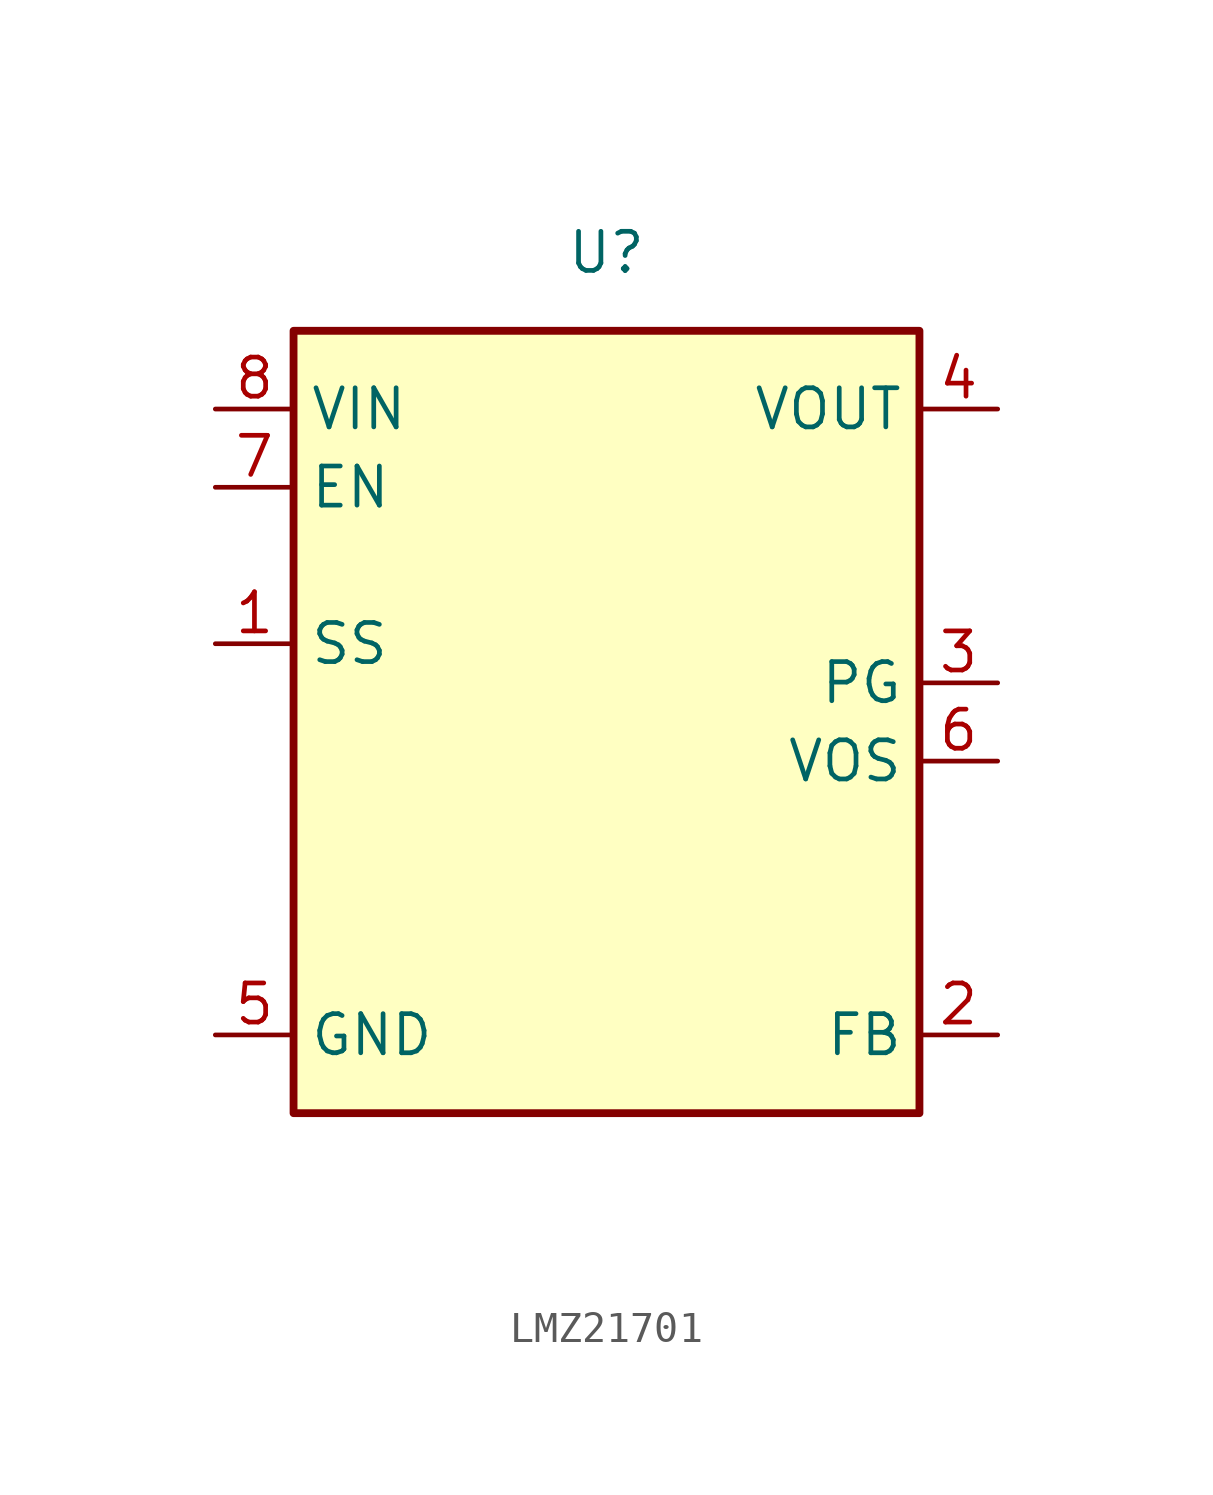
<source format=kicad_sym>
(kicad_symbol_lib
  (version 20220914)
  (generator kicad_symbol_editor)
  (symbol "LMZ21701"
    (property "Reference" "U"
      (at 0 12.7 0)
      (effects (font (size 1.27 1.27))))
    (property "Value" ""
      (at 0 0 0)
      (effects (font (size 1.27 1.27))))
    (symbol "LMZ21701_0_1"
      (rectangle (start -10.16 10.16) (end 10.16 -15.24) (stroke (width 0.254) (type default)) (fill (type background))))
    (symbol "LMZ21701_1_1"
      (pin input line (at -12.7 0 0) (length 2.54) (name "SS" (effects (font (size 1.27 1.27)))) (number "1" (effects (font (size 1.27 1.27)))))
      (pin input line (at 12.7 -12.7 180) (length 2.54) (name "FB" (effects (font (size 1.27 1.27)))) (number "2" (effects (font (size 1.27 1.27)))))
      (pin open_collector line (at 12.7 -1.27 180) (length 2.54) (name "PG" (effects (font (size 1.27 1.27)))) (number "3" (effects (font (size 1.27 1.27)))))
      (pin power_out line (at 12.7 7.62 180) (length 2.54) (name "VOUT" (effects (font (size 1.27 1.27)))) (number "4" (effects (font (size 1.27 1.27)))))
      (pin power_in line (at -12.7 -12.7 0) (length 2.54) (name "GND" (effects (font (size 1.27 1.27)))) (number "5" (effects (font (size 1.27 1.27)))))
      (pin open_collector line (at 12.7 -3.81 180) (length 2.54) (name "VOS" (effects (font (size 1.27 1.27)))) (number "6" (effects (font (size 1.27 1.27)))))
      (pin input line (at -12.7 5.08 0) (length 2.54) (name "EN" (effects (font (size 1.27 1.27)))) (number "7" (effects (font (size 1.27 1.27)))))
      (pin power_in line (at -12.7 7.62 0) (length 2.54) (name "VIN" (effects (font (size 1.27 1.27)))) (number "8" (effects (font (size 1.27 1.27)))))
      (pin passive line (at 0 -17.78 90) (length 2.54) hide (name "GND" (effects (font (size 1.27 1.27)))) (number "9" (effects (font (size 1.27 1.27))))))))
</source>
